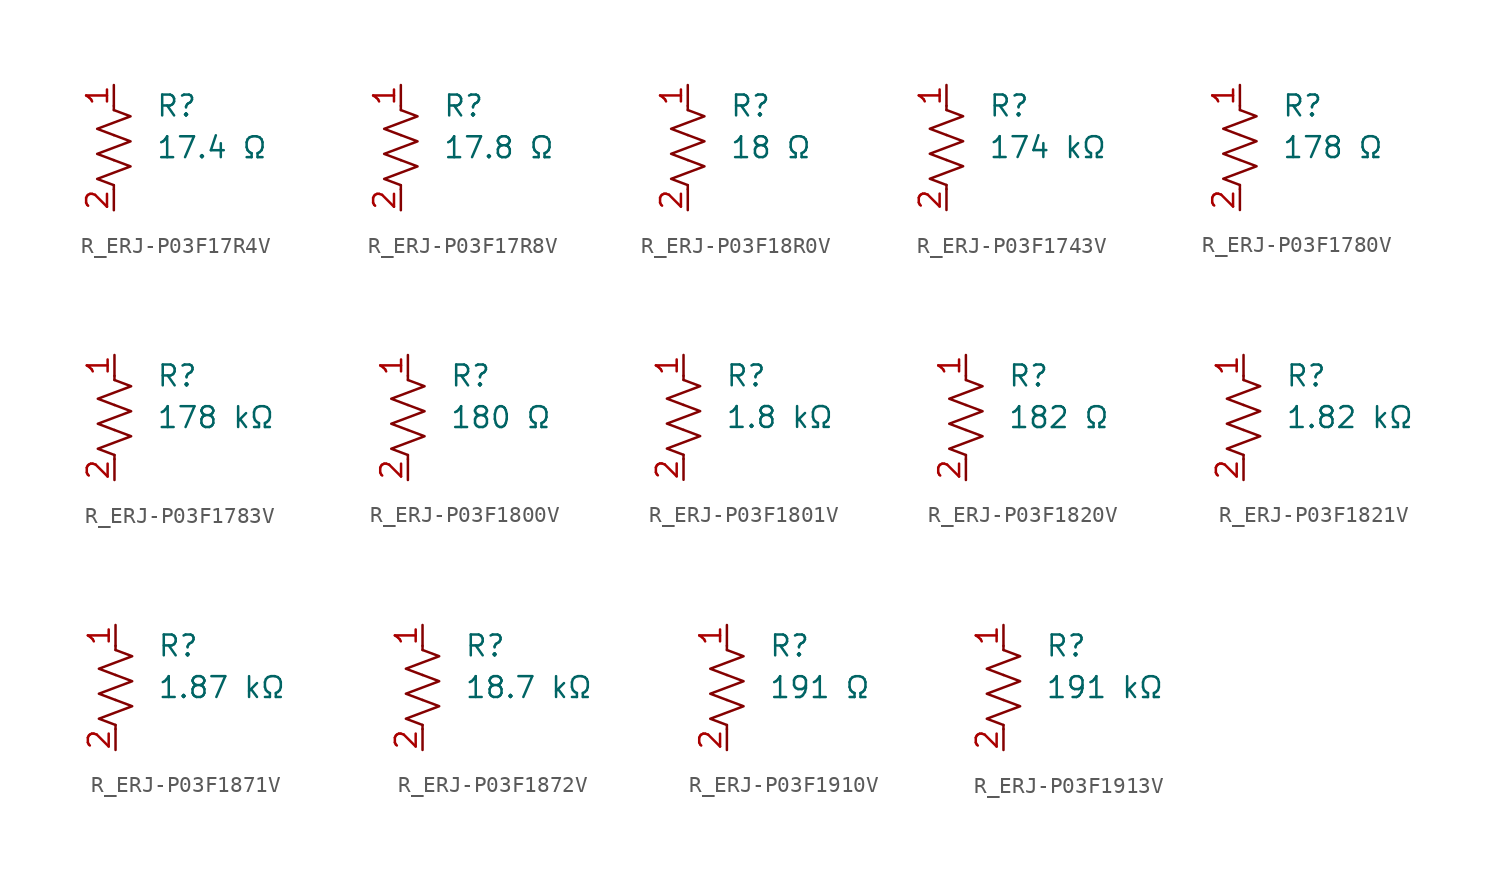
<source format=kicad_sym>
(kicad_symbol_lib
  (version 20231120)
  (generator "kicad_symbol_editor")
  (generator_version "8.0")
  (symbol "R_ERJ-P03F17R4V"
    (pin_names
      (offset 0.254))
    (property "Value" "17.4 Ω"
      (at 2.54 0 0)
      (effects (font (size 1.27 1.27)) (justify left)))
    (property "Reference" "R"
      (at 2.54 2.54 0)
      (effects (font (size 1.27 1.27)) (justify left)))
    (symbol "R_ERJ-P03F17R4V_0_1"
      (polyline (pts (xy 0 -2.286) (xy 0 -2.54)) (stroke (width 0) (type default)) (fill (type none)))
      (polyline (pts (xy 0 2.286) (xy 0 2.54)) (stroke (width 0) (type default)) (fill (type none)))
      (polyline (pts (xy 0 -0.762) (xy 1.016 -1.143) (xy 0 -1.524) (xy -1.016 -1.905) (xy 0 -2.286)) (stroke (width 0) (type default)) (fill (type none)))
      (polyline (pts (xy 0 0.762) (xy 1.016 0.381) (xy 0 0) (xy -1.016 -0.381) (xy 0 -0.762)) (stroke (width 0) (type default)) (fill (type none)))
      (polyline (pts (xy 0 2.286) (xy 1.016 1.905) (xy 0 1.524) (xy -1.016 1.143) (xy 0 0.762)) (stroke (width 0) (type default)) (fill (type none))))
    (symbol "R_ERJ-P03F17R4V_1_1"
      (pin passive line (at 0 3.81 270) (length 1.27) (name "~" (effects (font (size 1.27 1.27)))) (number "1" (effects (font (size 1.27 1.27)))))
      (pin passive line (at 0 -3.81 90) (length 1.27) (name "~" (effects (font (size 1.27 1.27)))) (number "2" (effects (font (size 1.27 1.27)))))))
  (symbol "R_ERJ-P03F17R8V"
    (pin_names
      (offset 0.254))
    (property "Value" "17.8 Ω"
      (at 2.54 0 0)
      (effects (font (size 1.27 1.27)) (justify left)))
    (property "Reference" "R"
      (at 2.54 2.54 0)
      (effects (font (size 1.27 1.27)) (justify left)))
    (symbol "R_ERJ-P03F17R8V_0_1"
      (polyline (pts (xy 0 -2.286) (xy 0 -2.54)) (stroke (width 0) (type default)) (fill (type none)))
      (polyline (pts (xy 0 2.286) (xy 0 2.54)) (stroke (width 0) (type default)) (fill (type none)))
      (polyline (pts (xy 0 -0.762) (xy 1.016 -1.143) (xy 0 -1.524) (xy -1.016 -1.905) (xy 0 -2.286)) (stroke (width 0) (type default)) (fill (type none)))
      (polyline (pts (xy 0 0.762) (xy 1.016 0.381) (xy 0 0) (xy -1.016 -0.381) (xy 0 -0.762)) (stroke (width 0) (type default)) (fill (type none)))
      (polyline (pts (xy 0 2.286) (xy 1.016 1.905) (xy 0 1.524) (xy -1.016 1.143) (xy 0 0.762)) (stroke (width 0) (type default)) (fill (type none))))
    (symbol "R_ERJ-P03F17R8V_1_1"
      (pin passive line (at 0 3.81 270) (length 1.27) (name "~" (effects (font (size 1.27 1.27)))) (number "1" (effects (font (size 1.27 1.27)))))
      (pin passive line (at 0 -3.81 90) (length 1.27) (name "~" (effects (font (size 1.27 1.27)))) (number "2" (effects (font (size 1.27 1.27)))))))
  (symbol "R_ERJ-P03F18R0V"
    (pin_names
      (offset 0.254))
    (property "Value" "18 Ω"
      (at 2.54 0 0)
      (effects (font (size 1.27 1.27)) (justify left)))
    (property "Reference" "R"
      (at 2.54 2.54 0)
      (effects (font (size 1.27 1.27)) (justify left)))
    (symbol "R_ERJ-P03F18R0V_0_1"
      (polyline (pts (xy 0 -2.286) (xy 0 -2.54)) (stroke (width 0) (type default)) (fill (type none)))
      (polyline (pts (xy 0 2.286) (xy 0 2.54)) (stroke (width 0) (type default)) (fill (type none)))
      (polyline (pts (xy 0 -0.762) (xy 1.016 -1.143) (xy 0 -1.524) (xy -1.016 -1.905) (xy 0 -2.286)) (stroke (width 0) (type default)) (fill (type none)))
      (polyline (pts (xy 0 0.762) (xy 1.016 0.381) (xy 0 0) (xy -1.016 -0.381) (xy 0 -0.762)) (stroke (width 0) (type default)) (fill (type none)))
      (polyline (pts (xy 0 2.286) (xy 1.016 1.905) (xy 0 1.524) (xy -1.016 1.143) (xy 0 0.762)) (stroke (width 0) (type default)) (fill (type none))))
    (symbol "R_ERJ-P03F18R0V_1_1"
      (pin passive line (at 0 3.81 270) (length 1.27) (name "~" (effects (font (size 1.27 1.27)))) (number "1" (effects (font (size 1.27 1.27)))))
      (pin passive line (at 0 -3.81 90) (length 1.27) (name "~" (effects (font (size 1.27 1.27)))) (number "2" (effects (font (size 1.27 1.27)))))))
  (symbol "R_ERJ-P03F1743V"
    (pin_names
      (offset 0.254))
    (property "Value" "174 kΩ"
      (at 2.54 0 0)
      (effects (font (size 1.27 1.27)) (justify left)))
    (property "Reference" "R"
      (at 2.54 2.54 0)
      (effects (font (size 1.27 1.27)) (justify left)))
    (symbol "R_ERJ-P03F1743V_0_1"
      (polyline (pts (xy 0 -2.286) (xy 0 -2.54)) (stroke (width 0) (type default)) (fill (type none)))
      (polyline (pts (xy 0 2.286) (xy 0 2.54)) (stroke (width 0) (type default)) (fill (type none)))
      (polyline (pts (xy 0 -0.762) (xy 1.016 -1.143) (xy 0 -1.524) (xy -1.016 -1.905) (xy 0 -2.286)) (stroke (width 0) (type default)) (fill (type none)))
      (polyline (pts (xy 0 0.762) (xy 1.016 0.381) (xy 0 0) (xy -1.016 -0.381) (xy 0 -0.762)) (stroke (width 0) (type default)) (fill (type none)))
      (polyline (pts (xy 0 2.286) (xy 1.016 1.905) (xy 0 1.524) (xy -1.016 1.143) (xy 0 0.762)) (stroke (width 0) (type default)) (fill (type none))))
    (symbol "R_ERJ-P03F1743V_1_1"
      (pin passive line (at 0 3.81 270) (length 1.27) (name "~" (effects (font (size 1.27 1.27)))) (number "1" (effects (font (size 1.27 1.27)))))
      (pin passive line (at 0 -3.81 90) (length 1.27) (name "~" (effects (font (size 1.27 1.27)))) (number "2" (effects (font (size 1.27 1.27)))))))
  (symbol "R_ERJ-P03F1780V"
    (pin_names
      (offset 0.254))
    (property "Value" "178 Ω"
      (at 2.54 0 0)
      (effects (font (size 1.27 1.27)) (justify left)))
    (property "Reference" "R"
      (at 2.54 2.54 0)
      (effects (font (size 1.27 1.27)) (justify left)))
    (symbol "R_ERJ-P03F1780V_0_1"
      (polyline (pts (xy 0 -2.286) (xy 0 -2.54)) (stroke (width 0) (type default)) (fill (type none)))
      (polyline (pts (xy 0 2.286) (xy 0 2.54)) (stroke (width 0) (type default)) (fill (type none)))
      (polyline (pts (xy 0 -0.762) (xy 1.016 -1.143) (xy 0 -1.524) (xy -1.016 -1.905) (xy 0 -2.286)) (stroke (width 0) (type default)) (fill (type none)))
      (polyline (pts (xy 0 0.762) (xy 1.016 0.381) (xy 0 0) (xy -1.016 -0.381) (xy 0 -0.762)) (stroke (width 0) (type default)) (fill (type none)))
      (polyline (pts (xy 0 2.286) (xy 1.016 1.905) (xy 0 1.524) (xy -1.016 1.143) (xy 0 0.762)) (stroke (width 0) (type default)) (fill (type none))))
    (symbol "R_ERJ-P03F1780V_1_1"
      (pin passive line (at 0 3.81 270) (length 1.27) (name "~" (effects (font (size 1.27 1.27)))) (number "1" (effects (font (size 1.27 1.27)))))
      (pin passive line (at 0 -3.81 90) (length 1.27) (name "~" (effects (font (size 1.27 1.27)))) (number "2" (effects (font (size 1.27 1.27)))))))
  (symbol "R_ERJ-P03F1783V"
    (pin_names
      (offset 0.254))
    (property "Value" "178 kΩ"
      (at 2.54 0 0)
      (effects (font (size 1.27 1.27)) (justify left)))
    (property "Reference" "R"
      (at 2.54 2.54 0)
      (effects (font (size 1.27 1.27)) (justify left)))
    (symbol "R_ERJ-P03F1783V_0_1"
      (polyline (pts (xy 0 -2.286) (xy 0 -2.54)) (stroke (width 0) (type default)) (fill (type none)))
      (polyline (pts (xy 0 2.286) (xy 0 2.54)) (stroke (width 0) (type default)) (fill (type none)))
      (polyline (pts (xy 0 -0.762) (xy 1.016 -1.143) (xy 0 -1.524) (xy -1.016 -1.905) (xy 0 -2.286)) (stroke (width 0) (type default)) (fill (type none)))
      (polyline (pts (xy 0 0.762) (xy 1.016 0.381) (xy 0 0) (xy -1.016 -0.381) (xy 0 -0.762)) (stroke (width 0) (type default)) (fill (type none)))
      (polyline (pts (xy 0 2.286) (xy 1.016 1.905) (xy 0 1.524) (xy -1.016 1.143) (xy 0 0.762)) (stroke (width 0) (type default)) (fill (type none))))
    (symbol "R_ERJ-P03F1783V_1_1"
      (pin passive line (at 0 3.81 270) (length 1.27) (name "~" (effects (font (size 1.27 1.27)))) (number "1" (effects (font (size 1.27 1.27)))))
      (pin passive line (at 0 -3.81 90) (length 1.27) (name "~" (effects (font (size 1.27 1.27)))) (number "2" (effects (font (size 1.27 1.27)))))))
  (symbol "R_ERJ-P03F1800V"
    (pin_names
      (offset 0.254))
    (property "Value" "180 Ω"
      (at 2.54 0 0)
      (effects (font (size 1.27 1.27)) (justify left)))
    (property "Reference" "R"
      (at 2.54 2.54 0)
      (effects (font (size 1.27 1.27)) (justify left)))
    (symbol "R_ERJ-P03F1800V_0_1"
      (polyline (pts (xy 0 -2.286) (xy 0 -2.54)) (stroke (width 0) (type default)) (fill (type none)))
      (polyline (pts (xy 0 2.286) (xy 0 2.54)) (stroke (width 0) (type default)) (fill (type none)))
      (polyline (pts (xy 0 -0.762) (xy 1.016 -1.143) (xy 0 -1.524) (xy -1.016 -1.905) (xy 0 -2.286)) (stroke (width 0) (type default)) (fill (type none)))
      (polyline (pts (xy 0 0.762) (xy 1.016 0.381) (xy 0 0) (xy -1.016 -0.381) (xy 0 -0.762)) (stroke (width 0) (type default)) (fill (type none)))
      (polyline (pts (xy 0 2.286) (xy 1.016 1.905) (xy 0 1.524) (xy -1.016 1.143) (xy 0 0.762)) (stroke (width 0) (type default)) (fill (type none))))
    (symbol "R_ERJ-P03F1800V_1_1"
      (pin passive line (at 0 3.81 270) (length 1.27) (name "~" (effects (font (size 1.27 1.27)))) (number "1" (effects (font (size 1.27 1.27)))))
      (pin passive line (at 0 -3.81 90) (length 1.27) (name "~" (effects (font (size 1.27 1.27)))) (number "2" (effects (font (size 1.27 1.27)))))))
  (symbol "R_ERJ-P03F1801V"
    (pin_names
      (offset 0.254))
    (property "Value" "1.8 kΩ"
      (at 2.54 0 0)
      (effects (font (size 1.27 1.27)) (justify left)))
    (property "Reference" "R"
      (at 2.54 2.54 0)
      (effects (font (size 1.27 1.27)) (justify left)))
    (symbol "R_ERJ-P03F1801V_0_1"
      (polyline (pts (xy 0 -2.286) (xy 0 -2.54)) (stroke (width 0) (type default)) (fill (type none)))
      (polyline (pts (xy 0 2.286) (xy 0 2.54)) (stroke (width 0) (type default)) (fill (type none)))
      (polyline (pts (xy 0 -0.762) (xy 1.016 -1.143) (xy 0 -1.524) (xy -1.016 -1.905) (xy 0 -2.286)) (stroke (width 0) (type default)) (fill (type none)))
      (polyline (pts (xy 0 0.762) (xy 1.016 0.381) (xy 0 0) (xy -1.016 -0.381) (xy 0 -0.762)) (stroke (width 0) (type default)) (fill (type none)))
      (polyline (pts (xy 0 2.286) (xy 1.016 1.905) (xy 0 1.524) (xy -1.016 1.143) (xy 0 0.762)) (stroke (width 0) (type default)) (fill (type none))))
    (symbol "R_ERJ-P03F1801V_1_1"
      (pin passive line (at 0 3.81 270) (length 1.27) (name "~" (effects (font (size 1.27 1.27)))) (number "1" (effects (font (size 1.27 1.27)))))
      (pin passive line (at 0 -3.81 90) (length 1.27) (name "~" (effects (font (size 1.27 1.27)))) (number "2" (effects (font (size 1.27 1.27)))))))
  (symbol "R_ERJ-P03F1820V"
    (pin_names
      (offset 0.254))
    (property "Value" "182 Ω"
      (at 2.54 0 0)
      (effects (font (size 1.27 1.27)) (justify left)))
    (property "Reference" "R"
      (at 2.54 2.54 0)
      (effects (font (size 1.27 1.27)) (justify left)))
    (symbol "R_ERJ-P03F1820V_0_1"
      (polyline (pts (xy 0 -2.286) (xy 0 -2.54)) (stroke (width 0) (type default)) (fill (type none)))
      (polyline (pts (xy 0 2.286) (xy 0 2.54)) (stroke (width 0) (type default)) (fill (type none)))
      (polyline (pts (xy 0 -0.762) (xy 1.016 -1.143) (xy 0 -1.524) (xy -1.016 -1.905) (xy 0 -2.286)) (stroke (width 0) (type default)) (fill (type none)))
      (polyline (pts (xy 0 0.762) (xy 1.016 0.381) (xy 0 0) (xy -1.016 -0.381) (xy 0 -0.762)) (stroke (width 0) (type default)) (fill (type none)))
      (polyline (pts (xy 0 2.286) (xy 1.016 1.905) (xy 0 1.524) (xy -1.016 1.143) (xy 0 0.762)) (stroke (width 0) (type default)) (fill (type none))))
    (symbol "R_ERJ-P03F1820V_1_1"
      (pin passive line (at 0 3.81 270) (length 1.27) (name "~" (effects (font (size 1.27 1.27)))) (number "1" (effects (font (size 1.27 1.27)))))
      (pin passive line (at 0 -3.81 90) (length 1.27) (name "~" (effects (font (size 1.27 1.27)))) (number "2" (effects (font (size 1.27 1.27)))))))
  (symbol "R_ERJ-P03F1821V"
    (pin_names
      (offset 0.254))
    (property "Value" "1.82 kΩ"
      (at 2.54 0 0)
      (effects (font (size 1.27 1.27)) (justify left)))
    (property "Reference" "R"
      (at 2.54 2.54 0)
      (effects (font (size 1.27 1.27)) (justify left)))
    (symbol "R_ERJ-P03F1821V_0_1"
      (polyline (pts (xy 0 -2.286) (xy 0 -2.54)) (stroke (width 0) (type default)) (fill (type none)))
      (polyline (pts (xy 0 2.286) (xy 0 2.54)) (stroke (width 0) (type default)) (fill (type none)))
      (polyline (pts (xy 0 -0.762) (xy 1.016 -1.143) (xy 0 -1.524) (xy -1.016 -1.905) (xy 0 -2.286)) (stroke (width 0) (type default)) (fill (type none)))
      (polyline (pts (xy 0 0.762) (xy 1.016 0.381) (xy 0 0) (xy -1.016 -0.381) (xy 0 -0.762)) (stroke (width 0) (type default)) (fill (type none)))
      (polyline (pts (xy 0 2.286) (xy 1.016 1.905) (xy 0 1.524) (xy -1.016 1.143) (xy 0 0.762)) (stroke (width 0) (type default)) (fill (type none))))
    (symbol "R_ERJ-P03F1821V_1_1"
      (pin passive line (at 0 3.81 270) (length 1.27) (name "~" (effects (font (size 1.27 1.27)))) (number "1" (effects (font (size 1.27 1.27)))))
      (pin passive line (at 0 -3.81 90) (length 1.27) (name "~" (effects (font (size 1.27 1.27)))) (number "2" (effects (font (size 1.27 1.27)))))))
  (symbol "R_ERJ-P03F1871V"
    (pin_names
      (offset 0.254))
    (property "Value" "1.87 kΩ"
      (at 2.54 0 0)
      (effects (font (size 1.27 1.27)) (justify left)))
    (property "Reference" "R"
      (at 2.54 2.54 0)
      (effects (font (size 1.27 1.27)) (justify left)))
    (symbol "R_ERJ-P03F1871V_0_1"
      (polyline (pts (xy 0 -2.286) (xy 0 -2.54)) (stroke (width 0) (type default)) (fill (type none)))
      (polyline (pts (xy 0 2.286) (xy 0 2.54)) (stroke (width 0) (type default)) (fill (type none)))
      (polyline (pts (xy 0 -0.762) (xy 1.016 -1.143) (xy 0 -1.524) (xy -1.016 -1.905) (xy 0 -2.286)) (stroke (width 0) (type default)) (fill (type none)))
      (polyline (pts (xy 0 0.762) (xy 1.016 0.381) (xy 0 0) (xy -1.016 -0.381) (xy 0 -0.762)) (stroke (width 0) (type default)) (fill (type none)))
      (polyline (pts (xy 0 2.286) (xy 1.016 1.905) (xy 0 1.524) (xy -1.016 1.143) (xy 0 0.762)) (stroke (width 0) (type default)) (fill (type none))))
    (symbol "R_ERJ-P03F1871V_1_1"
      (pin passive line (at 0 3.81 270) (length 1.27) (name "~" (effects (font (size 1.27 1.27)))) (number "1" (effects (font (size 1.27 1.27)))))
      (pin passive line (at 0 -3.81 90) (length 1.27) (name "~" (effects (font (size 1.27 1.27)))) (number "2" (effects (font (size 1.27 1.27)))))))
  (symbol "R_ERJ-P03F1872V"
    (pin_names
      (offset 0.254))
    (property "Value" "18.7 kΩ"
      (at 2.54 0 0)
      (effects (font (size 1.27 1.27)) (justify left)))
    (property "Reference" "R"
      (at 2.54 2.54 0)
      (effects (font (size 1.27 1.27)) (justify left)))
    (symbol "R_ERJ-P03F1872V_0_1"
      (polyline (pts (xy 0 -2.286) (xy 0 -2.54)) (stroke (width 0) (type default)) (fill (type none)))
      (polyline (pts (xy 0 2.286) (xy 0 2.54)) (stroke (width 0) (type default)) (fill (type none)))
      (polyline (pts (xy 0 -0.762) (xy 1.016 -1.143) (xy 0 -1.524) (xy -1.016 -1.905) (xy 0 -2.286)) (stroke (width 0) (type default)) (fill (type none)))
      (polyline (pts (xy 0 0.762) (xy 1.016 0.381) (xy 0 0) (xy -1.016 -0.381) (xy 0 -0.762)) (stroke (width 0) (type default)) (fill (type none)))
      (polyline (pts (xy 0 2.286) (xy 1.016 1.905) (xy 0 1.524) (xy -1.016 1.143) (xy 0 0.762)) (stroke (width 0) (type default)) (fill (type none))))
    (symbol "R_ERJ-P03F1872V_1_1"
      (pin passive line (at 0 3.81 270) (length 1.27) (name "~" (effects (font (size 1.27 1.27)))) (number "1" (effects (font (size 1.27 1.27)))))
      (pin passive line (at 0 -3.81 90) (length 1.27) (name "~" (effects (font (size 1.27 1.27)))) (number "2" (effects (font (size 1.27 1.27)))))))
  (symbol "R_ERJ-P03F1910V"
    (pin_names
      (offset 0.254))
    (property "Value" "191 Ω"
      (at 2.54 0 0)
      (effects (font (size 1.27 1.27)) (justify left)))
    (property "Reference" "R"
      (at 2.54 2.54 0)
      (effects (font (size 1.27 1.27)) (justify left)))
    (symbol "R_ERJ-P03F1910V_0_1"
      (polyline (pts (xy 0 -2.286) (xy 0 -2.54)) (stroke (width 0) (type default)) (fill (type none)))
      (polyline (pts (xy 0 2.286) (xy 0 2.54)) (stroke (width 0) (type default)) (fill (type none)))
      (polyline (pts (xy 0 -0.762) (xy 1.016 -1.143) (xy 0 -1.524) (xy -1.016 -1.905) (xy 0 -2.286)) (stroke (width 0) (type default)) (fill (type none)))
      (polyline (pts (xy 0 0.762) (xy 1.016 0.381) (xy 0 0) (xy -1.016 -0.381) (xy 0 -0.762)) (stroke (width 0) (type default)) (fill (type none)))
      (polyline (pts (xy 0 2.286) (xy 1.016 1.905) (xy 0 1.524) (xy -1.016 1.143) (xy 0 0.762)) (stroke (width 0) (type default)) (fill (type none))))
    (symbol "R_ERJ-P03F1910V_1_1"
      (pin passive line (at 0 3.81 270) (length 1.27) (name "~" (effects (font (size 1.27 1.27)))) (number "1" (effects (font (size 1.27 1.27)))))
      (pin passive line (at 0 -3.81 90) (length 1.27) (name "~" (effects (font (size 1.27 1.27)))) (number "2" (effects (font (size 1.27 1.27)))))))
  (symbol "R_ERJ-P03F1913V"
    (pin_names
      (offset 0.254))
    (property "Value" "191 kΩ"
      (at 2.54 0 0)
      (effects (font (size 1.27 1.27)) (justify left)))
    (property "Reference" "R"
      (at 2.54 2.54 0)
      (effects (font (size 1.27 1.27)) (justify left)))
    (symbol "R_ERJ-P03F1913V_0_1"
      (polyline (pts (xy 0 -2.286) (xy 0 -2.54)) (stroke (width 0) (type default)) (fill (type none)))
      (polyline (pts (xy 0 2.286) (xy 0 2.54)) (stroke (width 0) (type default)) (fill (type none)))
      (polyline (pts (xy 0 -0.762) (xy 1.016 -1.143) (xy 0 -1.524) (xy -1.016 -1.905) (xy 0 -2.286)) (stroke (width 0) (type default)) (fill (type none)))
      (polyline (pts (xy 0 0.762) (xy 1.016 0.381) (xy 0 0) (xy -1.016 -0.381) (xy 0 -0.762)) (stroke (width 0) (type default)) (fill (type none)))
      (polyline (pts (xy 0 2.286) (xy 1.016 1.905) (xy 0 1.524) (xy -1.016 1.143) (xy 0 0.762)) (stroke (width 0) (type default)) (fill (type none))))
    (symbol "R_ERJ-P03F1913V_1_1"
      (pin passive line (at 0 3.81 270) (length 1.27) (name "~" (effects (font (size 1.27 1.27)))) (number "1" (effects (font (size 1.27 1.27)))))
      (pin passive line (at 0 -3.81 90) (length 1.27) (name "~" (effects (font (size 1.27 1.27)))) (number "2" (effects (font (size 1.27 1.27))))))))
</source>
